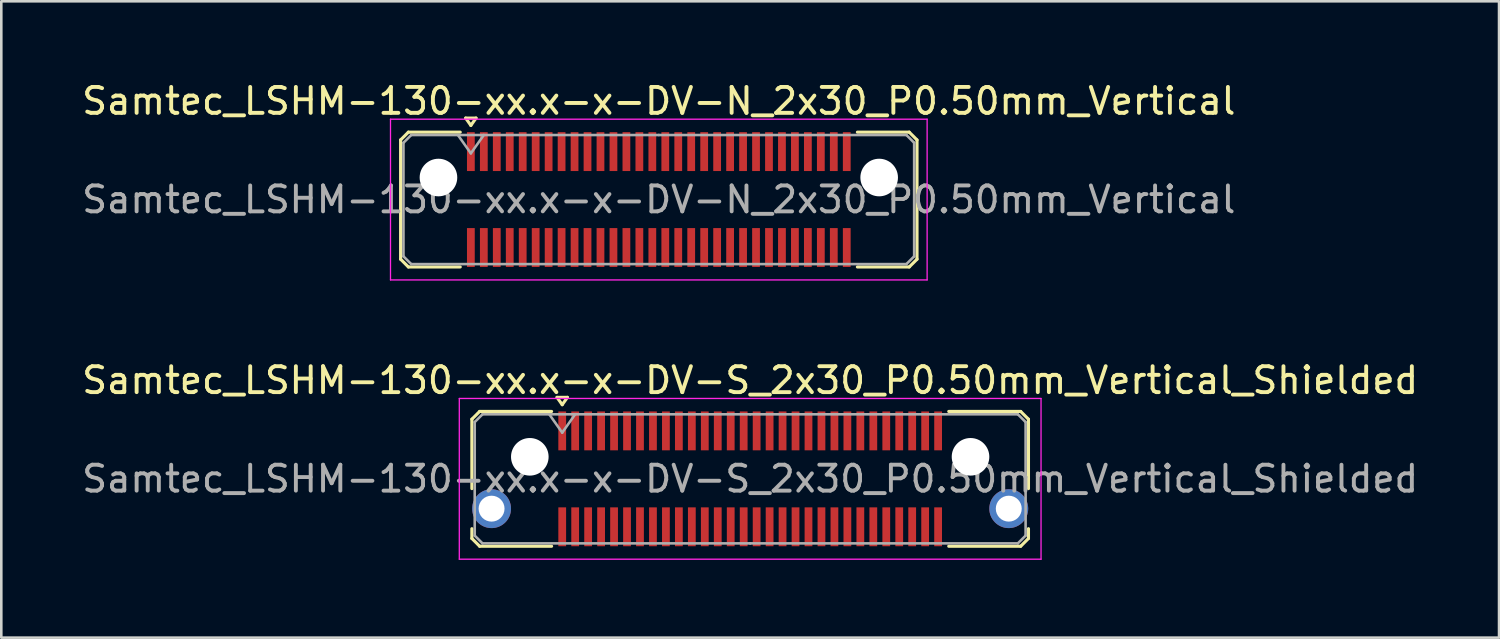
<source format=kicad_pcb>
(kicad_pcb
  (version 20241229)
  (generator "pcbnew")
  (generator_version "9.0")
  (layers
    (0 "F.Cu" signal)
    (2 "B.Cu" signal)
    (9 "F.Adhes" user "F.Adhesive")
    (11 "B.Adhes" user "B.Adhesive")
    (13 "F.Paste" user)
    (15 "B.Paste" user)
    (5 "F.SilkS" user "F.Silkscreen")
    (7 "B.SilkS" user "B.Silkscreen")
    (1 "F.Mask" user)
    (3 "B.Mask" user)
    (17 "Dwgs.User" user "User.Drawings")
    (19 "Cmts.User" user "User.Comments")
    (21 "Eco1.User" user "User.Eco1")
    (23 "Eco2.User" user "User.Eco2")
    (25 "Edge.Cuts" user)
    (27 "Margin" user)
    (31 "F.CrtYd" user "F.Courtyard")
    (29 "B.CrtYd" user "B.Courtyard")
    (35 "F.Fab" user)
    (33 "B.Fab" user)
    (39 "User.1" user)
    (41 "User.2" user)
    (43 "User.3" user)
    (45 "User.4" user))
  (footprint "Samtec_LSHM-130-xx.x-x-DV-N_2x30_P0.50mm_Vertical"
    (layer "F.Cu")
    (at 22.363 4.648)
    (property "Reference" "Samtec_LSHM-130-xx.x-x-DV-N_2x30_P0.50mm_Vertical" (at 0 -3.8 0) (layer "F.SilkS") (effects (font (size 1 1) (thickness 0.15))))
    (attr through_hole)
    (fp_line (start -9.96 -2.3) (end -9.96 2.3) (stroke (width 0.12) (type solid)) (layer "F.SilkS"))
    (fp_line (start -9.96 2.3) (end -9.66 2.6) (stroke (width 0.12) (type solid)) (layer "F.SilkS"))
    (fp_line (start -9.66 -2.6) (end -9.96 -2.3) (stroke (width 0.12) (type solid)) (layer "F.SilkS"))
    (fp_line (start -9.66 2.6) (end -7.66 2.6) (stroke (width 0.12) (type solid)) (layer "F.SilkS"))
    (fp_line (start -7.66 -2.6) (end -9.66 -2.6) (stroke (width 0.12) (type solid)) (layer "F.SilkS"))
    (fp_line (start -7.45 -3.143) (end -7.05 -3.143) (stroke (width 0.12) (type solid)) (layer "F.SilkS"))
    (fp_line (start -7.25 -2.86) (end -7.45 -3.143) (stroke (width 0.12) (type solid)) (layer "F.SilkS"))
    (fp_line (start -7.05 -3.143) (end -7.25 -2.86) (stroke (width 0.12) (type solid)) (layer "F.SilkS"))
    (fp_line (start 7.66 -2.6) (end 9.66 -2.6) (stroke (width 0.12) (type solid)) (layer "F.SilkS"))
    (fp_line (start 9.66 -2.6) (end 9.96 -2.3) (stroke (width 0.12) (type solid)) (layer "F.SilkS"))
    (fp_line (start 9.66 2.6) (end 7.66 2.6) (stroke (width 0.12) (type solid)) (layer "F.SilkS"))
    (fp_line (start 9.96 -2.3) (end 9.96 2.3) (stroke (width 0.12) (type solid)) (layer "F.SilkS"))
    (fp_line (start 9.96 2.3) (end 9.66 2.6) (stroke (width 0.12) (type solid)) (layer "F.SilkS"))
    (fp_line (start -10.35 -3.1) (end -10.35 3.1) (stroke (width 0.05) (type solid)) (layer "F.CrtYd"))
    (fp_line (start -10.35 3.1) (end 10.35 3.1) (stroke (width 0.05) (type solid)) (layer "F.CrtYd"))
    (fp_line (start 10.35 -3.1) (end -10.35 -3.1) (stroke (width 0.05) (type solid)) (layer "F.CrtYd"))
    (fp_line (start 10.35 3.1) (end 10.35 -3.1) (stroke (width 0.05) (type solid)) (layer "F.CrtYd"))
    (fp_line (start -9.85 -2.19) (end -9.85 2.19) (stroke (width 0.1) (type solid)) (layer "F.Fab"))
    (fp_line (start -9.85 2.19) (end -9.55 2.49) (stroke (width 0.1) (type solid)) (layer "F.Fab"))
    (fp_line (start -9.55 -2.49) (end -9.85 -2.19) (stroke (width 0.1) (type solid)) (layer "F.Fab"))
    (fp_line (start -9.55 2.49) (end 0 2.49) (stroke (width 0.1) (type solid)) (layer "F.Fab"))
    (fp_line (start -7.75 -2.49) (end -7.25 -1.783) (stroke (width 0.1) (type solid)) (layer "F.Fab"))
    (fp_line (start -7.25 -1.783) (end -6.75 -2.49) (stroke (width 0.1) (type solid)) (layer "F.Fab"))
    (fp_line (start 0 -2.49) (end -9.55 -2.49) (stroke (width 0.1) (type solid)) (layer "F.Fab"))
    (fp_line (start 0 -2.49) (end 9.55 -2.49) (stroke (width 0.1) (type solid)) (layer "F.Fab"))
    (fp_line (start 9.55 -2.49) (end 9.85 -2.19) (stroke (width 0.1) (type solid)) (layer "F.Fab"))
    (fp_line (start 9.55 2.49) (end 0 2.49) (stroke (width 0.1) (type solid)) (layer "F.Fab"))
    (fp_line (start 9.85 -2.19) (end 9.85 2.19) (stroke (width 0.1) (type solid)) (layer "F.Fab"))
    (fp_line (start 9.85 2.19) (end 9.55 2.49) (stroke (width 0.1) (type solid)) (layer "F.Fab"))
    (fp_text user "${REFERENCE}" (at 0 0 0) (layer "F.Fab") (effects (font (size 1 1) (thickness 0.15))))
    (pad "" np_thru_hole circle (at -8.5 -0.85) (size 1.45 1.45) (drill 1.45) (layers "*.Cu" "*.Mask"))
    (pad "" np_thru_hole circle (at 8.5 -0.85) (size 1.45 1.45) (drill 1.45) (layers "*.Cu" "*.Mask"))
    (pad "1" smd rect (at -7.25 -1.85) (size 0.3 1.5) (layers "F.Cu" "F.Mask" "F.Paste"))
    (pad "2" smd rect (at -7.25 1.85) (size 0.3 1.5) (layers "F.Cu" "F.Mask" "F.Paste"))
    (pad "3" smd rect (at -6.75 -1.85) (size 0.3 1.5) (layers "F.Cu" "F.Mask" "F.Paste"))
    (pad "4" smd rect (at -6.75 1.85) (size 0.3 1.5) (layers "F.Cu" "F.Mask" "F.Paste"))
    (pad "5" smd rect (at -6.25 -1.85) (size 0.3 1.5) (layers "F.Cu" "F.Mask" "F.Paste"))
    (pad "6" smd rect (at -6.25 1.85) (size 0.3 1.5) (layers "F.Cu" "F.Mask" "F.Paste"))
    (pad "7" smd rect (at -5.75 -1.85) (size 0.3 1.5) (layers "F.Cu" "F.Mask" "F.Paste"))
    (pad "8" smd rect (at -5.75 1.85) (size 0.3 1.5) (layers "F.Cu" "F.Mask" "F.Paste"))
    (pad "9" smd rect (at -5.25 -1.85) (size 0.3 1.5) (layers "F.Cu" "F.Mask" "F.Paste"))
    (pad "10" smd rect (at -5.25 1.85) (size 0.3 1.5) (layers "F.Cu" "F.Mask" "F.Paste"))
    (pad "11" smd rect (at -4.75 -1.85) (size 0.3 1.5) (layers "F.Cu" "F.Mask" "F.Paste"))
    (pad "12" smd rect (at -4.75 1.85) (size 0.3 1.5) (layers "F.Cu" "F.Mask" "F.Paste"))
    (pad "13" smd rect (at -4.25 -1.85) (size 0.3 1.5) (layers "F.Cu" "F.Mask" "F.Paste"))
    (pad "14" smd rect (at -4.25 1.85) (size 0.3 1.5) (layers "F.Cu" "F.Mask" "F.Paste"))
    (pad "15" smd rect (at -3.75 -1.85) (size 0.3 1.5) (layers "F.Cu" "F.Mask" "F.Paste"))
    (pad "16" smd rect (at -3.75 1.85) (size 0.3 1.5) (layers "F.Cu" "F.Mask" "F.Paste"))
    (pad "17" smd rect (at -3.25 -1.85) (size 0.3 1.5) (layers "F.Cu" "F.Mask" "F.Paste"))
    (pad "18" smd rect (at -3.25 1.85) (size 0.3 1.5) (layers "F.Cu" "F.Mask" "F.Paste"))
    (pad "19" smd rect (at -2.75 -1.85) (size 0.3 1.5) (layers "F.Cu" "F.Mask" "F.Paste"))
    (pad "20" smd rect (at -2.75 1.85) (size 0.3 1.5) (layers "F.Cu" "F.Mask" "F.Paste"))
    (pad "21" smd rect (at -2.25 -1.85) (size 0.3 1.5) (layers "F.Cu" "F.Mask" "F.Paste"))
    (pad "22" smd rect (at -2.25 1.85) (size 0.3 1.5) (layers "F.Cu" "F.Mask" "F.Paste"))
    (pad "23" smd rect (at -1.75 -1.85) (size 0.3 1.5) (layers "F.Cu" "F.Mask" "F.Paste"))
    (pad "24" smd rect (at -1.75 1.85) (size 0.3 1.5) (layers "F.Cu" "F.Mask" "F.Paste"))
    (pad "25" smd rect (at -1.25 -1.85) (size 0.3 1.5) (layers "F.Cu" "F.Mask" "F.Paste"))
    (pad "26" smd rect (at -1.25 1.85) (size 0.3 1.5) (layers "F.Cu" "F.Mask" "F.Paste"))
    (pad "27" smd rect (at -0.75 -1.85) (size 0.3 1.5) (layers "F.Cu" "F.Mask" "F.Paste"))
    (pad "28" smd rect (at -0.75 1.85) (size 0.3 1.5) (layers "F.Cu" "F.Mask" "F.Paste"))
    (pad "29" smd rect (at -0.25 -1.85) (size 0.3 1.5) (layers "F.Cu" "F.Mask" "F.Paste"))
    (pad "30" smd rect (at -0.25 1.85) (size 0.3 1.5) (layers "F.Cu" "F.Mask" "F.Paste"))
    (pad "31" smd rect (at 0.25 -1.85) (size 0.3 1.5) (layers "F.Cu" "F.Mask" "F.Paste"))
    (pad "32" smd rect (at 0.25 1.85) (size 0.3 1.5) (layers "F.Cu" "F.Mask" "F.Paste"))
    (pad "33" smd rect (at 0.75 -1.85) (size 0.3 1.5) (layers "F.Cu" "F.Mask" "F.Paste"))
    (pad "34" smd rect (at 0.75 1.85) (size 0.3 1.5) (layers "F.Cu" "F.Mask" "F.Paste"))
    (pad "35" smd rect (at 1.25 -1.85) (size 0.3 1.5) (layers "F.Cu" "F.Mask" "F.Paste"))
    (pad "36" smd rect (at 1.25 1.85) (size 0.3 1.5) (layers "F.Cu" "F.Mask" "F.Paste"))
    (pad "37" smd rect (at 1.75 -1.85) (size 0.3 1.5) (layers "F.Cu" "F.Mask" "F.Paste"))
    (pad "38" smd rect (at 1.75 1.85) (size 0.3 1.5) (layers "F.Cu" "F.Mask" "F.Paste"))
    (pad "39" smd rect (at 2.25 -1.85) (size 0.3 1.5) (layers "F.Cu" "F.Mask" "F.Paste"))
    (pad "40" smd rect (at 2.25 1.85) (size 0.3 1.5) (layers "F.Cu" "F.Mask" "F.Paste"))
    (pad "41" smd rect (at 2.75 -1.85) (size 0.3 1.5) (layers "F.Cu" "F.Mask" "F.Paste"))
    (pad "42" smd rect (at 2.75 1.85) (size 0.3 1.5) (layers "F.Cu" "F.Mask" "F.Paste"))
    (pad "43" smd rect (at 3.25 -1.85) (size 0.3 1.5) (layers "F.Cu" "F.Mask" "F.Paste"))
    (pad "44" smd rect (at 3.25 1.85) (size 0.3 1.5) (layers "F.Cu" "F.Mask" "F.Paste"))
    (pad "45" smd rect (at 3.75 -1.85) (size 0.3 1.5) (layers "F.Cu" "F.Mask" "F.Paste"))
    (pad "46" smd rect (at 3.75 1.85) (size 0.3 1.5) (layers "F.Cu" "F.Mask" "F.Paste"))
    (pad "47" smd rect (at 4.25 -1.85) (size 0.3 1.5) (layers "F.Cu" "F.Mask" "F.Paste"))
    (pad "48" smd rect (at 4.25 1.85) (size 0.3 1.5) (layers "F.Cu" "F.Mask" "F.Paste"))
    (pad "49" smd rect (at 4.75 -1.85) (size 0.3 1.5) (layers "F.Cu" "F.Mask" "F.Paste"))
    (pad "50" smd rect (at 4.75 1.85) (size 0.3 1.5) (layers "F.Cu" "F.Mask" "F.Paste"))
    (pad "51" smd rect (at 5.25 -1.85) (size 0.3 1.5) (layers "F.Cu" "F.Mask" "F.Paste"))
    (pad "52" smd rect (at 5.25 1.85) (size 0.3 1.5) (layers "F.Cu" "F.Mask" "F.Paste"))
    (pad "53" smd rect (at 5.75 -1.85) (size 0.3 1.5) (layers "F.Cu" "F.Mask" "F.Paste"))
    (pad "54" smd rect (at 5.75 1.85) (size 0.3 1.5) (layers "F.Cu" "F.Mask" "F.Paste"))
    (pad "55" smd rect (at 6.25 -1.85) (size 0.3 1.5) (layers "F.Cu" "F.Mask" "F.Paste"))
    (pad "56" smd rect (at 6.25 1.85) (size 0.3 1.5) (layers "F.Cu" "F.Mask" "F.Paste"))
    (pad "57" smd rect (at 6.75 -1.85) (size 0.3 1.5) (layers "F.Cu" "F.Mask" "F.Paste"))
    (pad "58" smd rect (at 6.75 1.85) (size 0.3 1.5) (layers "F.Cu" "F.Mask" "F.Paste"))
    (pad "59" smd rect (at 7.25 -1.85) (size 0.3 1.5) (layers "F.Cu" "F.Mask" "F.Paste"))
    (pad "60" smd rect (at 7.25 1.85) (size 0.3 1.5) (layers "F.Cu" "F.Mask" "F.Paste")))
  (footprint "Samtec_LSHM-130-xx.x-x-DV-S_2x30_P0.50mm_Vertical_Shielded"
    (layer "F.Cu")
    (at 25.887 15.421)
    (property "Reference" "Samtec_LSHM-130-xx.x-x-DV-S_2x30_P0.50mm_Vertical_Shielded" (at 0 -3.8 0) (layer "F.SilkS") (effects (font (size 1 1) (thickness 0.15))))
    (attr smd)
    (fp_line (start -10.735 -2.3) (end -10.735 0.377) (stroke (width 0.12) (type solid)) (layer "F.SilkS"))
    (fp_line (start -10.735 1.923) (end -10.735 2.3) (stroke (width 0.12) (type solid)) (layer "F.SilkS"))
    (fp_line (start -10.735 2.3) (end -10.435 2.6) (stroke (width 0.12) (type solid)) (layer "F.SilkS"))
    (fp_line (start -10.435 -2.6) (end -10.735 -2.3) (stroke (width 0.12) (type solid)) (layer "F.SilkS"))
    (fp_line (start -10.435 2.6) (end -7.66 2.6) (stroke (width 0.12) (type solid)) (layer "F.SilkS"))
    (fp_line (start -7.66 -2.6) (end -10.435 -2.6) (stroke (width 0.12) (type solid)) (layer "F.SilkS"))
    (fp_line (start -7.45 -3.143) (end -7.05 -3.143) (stroke (width 0.12) (type solid)) (layer "F.SilkS"))
    (fp_line (start -7.25 -2.86) (end -7.45 -3.143) (stroke (width 0.12) (type solid)) (layer "F.SilkS"))
    (fp_line (start -7.05 -3.143) (end -7.25 -2.86) (stroke (width 0.12) (type solid)) (layer "F.SilkS"))
    (fp_line (start 7.66 -2.6) (end 10.435 -2.6) (stroke (width 0.12) (type solid)) (layer "F.SilkS"))
    (fp_line (start 10.435 -2.6) (end 10.735 -2.3) (stroke (width 0.12) (type solid)) (layer "F.SilkS"))
    (fp_line (start 10.435 2.6) (end 7.66 2.6) (stroke (width 0.12) (type solid)) (layer "F.SilkS"))
    (fp_line (start 10.735 -2.3) (end 10.735 0.377) (stroke (width 0.12) (type solid)) (layer "F.SilkS"))
    (fp_line (start 10.735 1.923) (end 10.735 2.3) (stroke (width 0.12) (type solid)) (layer "F.SilkS"))
    (fp_line (start 10.735 2.3) (end 10.435 2.6) (stroke (width 0.12) (type solid)) (layer "F.SilkS"))
    (fp_line (start -11.22 -3.1) (end -11.22 3.1) (stroke (width 0.05) (type solid)) (layer "F.CrtYd"))
    (fp_line (start -11.22 3.1) (end 11.22 3.1) (stroke (width 0.05) (type solid)) (layer "F.CrtYd"))
    (fp_line (start 11.22 -3.1) (end -11.22 -3.1) (stroke (width 0.05) (type solid)) (layer "F.CrtYd"))
    (fp_line (start 11.22 3.1) (end 11.22 -3.1) (stroke (width 0.05) (type solid)) (layer "F.CrtYd"))
    (fp_line (start -10.625 -2.19) (end -10.625 2.19) (stroke (width 0.1) (type solid)) (layer "F.Fab"))
    (fp_line (start -10.625 2.19) (end -10.325 2.49) (stroke (width 0.1) (type solid)) (layer "F.Fab"))
    (fp_line (start -10.325 -2.49) (end -10.625 -2.19) (stroke (width 0.1) (type solid)) (layer "F.Fab"))
    (fp_line (start -10.325 2.49) (end 0 2.49) (stroke (width 0.1) (type solid)) (layer "F.Fab"))
    (fp_line (start -7.75 -2.49) (end -7.25 -1.783) (stroke (width 0.1) (type solid)) (layer "F.Fab"))
    (fp_line (start -7.25 -1.783) (end -6.75 -2.49) (stroke (width 0.1) (type solid)) (layer "F.Fab"))
    (fp_line (start 0 -2.49) (end -10.325 -2.49) (stroke (width 0.1) (type solid)) (layer "F.Fab"))
    (fp_line (start 0 -2.49) (end 10.325 -2.49) (stroke (width 0.1) (type solid)) (layer "F.Fab"))
    (fp_line (start 10.325 -2.49) (end 10.625 -2.19) (stroke (width 0.1) (type solid)) (layer "F.Fab"))
    (fp_line (start 10.325 2.49) (end 0 2.49) (stroke (width 0.1) (type solid)) (layer "F.Fab"))
    (fp_line (start 10.625 -2.19) (end 10.625 2.19) (stroke (width 0.1) (type solid)) (layer "F.Fab"))
    (fp_line (start 10.625 2.19) (end 10.325 2.49) (stroke (width 0.1) (type solid)) (layer "F.Fab"))
    (fp_text user "${REFERENCE}" (at 0 0 0) (layer "F.Fab") (effects (font (size 1 1) (thickness 0.15))))
    (pad "" np_thru_hole circle (at -8.5 -0.85) (size 1.45 1.45) (drill 1.45) (layers "*.Cu" "*.Mask"))
    (pad "" np_thru_hole circle (at 8.5 -0.85) (size 1.45 1.45) (drill 1.45) (layers "*.Cu" "*.Mask"))
    (pad "0" thru_hole circle (at -9.975 1.15) (size 1.5 1.5) (drill 1) (layers "*.Cu" "*.Mask"))
    (pad "0" thru_hole circle (at 9.975 1.15) (size 1.5 1.5) (drill 1) (layers "*.Cu" "*.Mask"))
    (pad "1" smd rect (at -7.25 -1.85) (size 0.3 1.5) (layers "F.Cu" "F.Mask" "F.Paste"))
    (pad "2" smd rect (at -7.25 1.85) (size 0.3 1.5) (layers "F.Cu" "F.Mask" "F.Paste"))
    (pad "3" smd rect (at -6.75 -1.85) (size 0.3 1.5) (layers "F.Cu" "F.Mask" "F.Paste"))
    (pad "4" smd rect (at -6.75 1.85) (size 0.3 1.5) (layers "F.Cu" "F.Mask" "F.Paste"))
    (pad "5" smd rect (at -6.25 -1.85) (size 0.3 1.5) (layers "F.Cu" "F.Mask" "F.Paste"))
    (pad "6" smd rect (at -6.25 1.85) (size 0.3 1.5) (layers "F.Cu" "F.Mask" "F.Paste"))
    (pad "7" smd rect (at -5.75 -1.85) (size 0.3 1.5) (layers "F.Cu" "F.Mask" "F.Paste"))
    (pad "8" smd rect (at -5.75 1.85) (size 0.3 1.5) (layers "F.Cu" "F.Mask" "F.Paste"))
    (pad "9" smd rect (at -5.25 -1.85) (size 0.3 1.5) (layers "F.Cu" "F.Mask" "F.Paste"))
    (pad "10" smd rect (at -5.25 1.85) (size 0.3 1.5) (layers "F.Cu" "F.Mask" "F.Paste"))
    (pad "11" smd rect (at -4.75 -1.85) (size 0.3 1.5) (layers "F.Cu" "F.Mask" "F.Paste"))
    (pad "12" smd rect (at -4.75 1.85) (size 0.3 1.5) (layers "F.Cu" "F.Mask" "F.Paste"))
    (pad "13" smd rect (at -4.25 -1.85) (size 0.3 1.5) (layers "F.Cu" "F.Mask" "F.Paste"))
    (pad "14" smd rect (at -4.25 1.85) (size 0.3 1.5) (layers "F.Cu" "F.Mask" "F.Paste"))
    (pad "15" smd rect (at -3.75 -1.85) (size 0.3 1.5) (layers "F.Cu" "F.Mask" "F.Paste"))
    (pad "16" smd rect (at -3.75 1.85) (size 0.3 1.5) (layers "F.Cu" "F.Mask" "F.Paste"))
    (pad "17" smd rect (at -3.25 -1.85) (size 0.3 1.5) (layers "F.Cu" "F.Mask" "F.Paste"))
    (pad "18" smd rect (at -3.25 1.85) (size 0.3 1.5) (layers "F.Cu" "F.Mask" "F.Paste"))
    (pad "19" smd rect (at -2.75 -1.85) (size 0.3 1.5) (layers "F.Cu" "F.Mask" "F.Paste"))
    (pad "20" smd rect (at -2.75 1.85) (size 0.3 1.5) (layers "F.Cu" "F.Mask" "F.Paste"))
    (pad "21" smd rect (at -2.25 -1.85) (size 0.3 1.5) (layers "F.Cu" "F.Mask" "F.Paste"))
    (pad "22" smd rect (at -2.25 1.85) (size 0.3 1.5) (layers "F.Cu" "F.Mask" "F.Paste"))
    (pad "23" smd rect (at -1.75 -1.85) (size 0.3 1.5) (layers "F.Cu" "F.Mask" "F.Paste"))
    (pad "24" smd rect (at -1.75 1.85) (size 0.3 1.5) (layers "F.Cu" "F.Mask" "F.Paste"))
    (pad "25" smd rect (at -1.25 -1.85) (size 0.3 1.5) (layers "F.Cu" "F.Mask" "F.Paste"))
    (pad "26" smd rect (at -1.25 1.85) (size 0.3 1.5) (layers "F.Cu" "F.Mask" "F.Paste"))
    (pad "27" smd rect (at -0.75 -1.85) (size 0.3 1.5) (layers "F.Cu" "F.Mask" "F.Paste"))
    (pad "28" smd rect (at -0.75 1.85) (size 0.3 1.5) (layers "F.Cu" "F.Mask" "F.Paste"))
    (pad "29" smd rect (at -0.25 -1.85) (size 0.3 1.5) (layers "F.Cu" "F.Mask" "F.Paste"))
    (pad "30" smd rect (at -0.25 1.85) (size 0.3 1.5) (layers "F.Cu" "F.Mask" "F.Paste"))
    (pad "31" smd rect (at 0.25 -1.85) (size 0.3 1.5) (layers "F.Cu" "F.Mask" "F.Paste"))
    (pad "32" smd rect (at 0.25 1.85) (size 0.3 1.5) (layers "F.Cu" "F.Mask" "F.Paste"))
    (pad "33" smd rect (at 0.75 -1.85) (size 0.3 1.5) (layers "F.Cu" "F.Mask" "F.Paste"))
    (pad "34" smd rect (at 0.75 1.85) (size 0.3 1.5) (layers "F.Cu" "F.Mask" "F.Paste"))
    (pad "35" smd rect (at 1.25 -1.85) (size 0.3 1.5) (layers "F.Cu" "F.Mask" "F.Paste"))
    (pad "36" smd rect (at 1.25 1.85) (size 0.3 1.5) (layers "F.Cu" "F.Mask" "F.Paste"))
    (pad "37" smd rect (at 1.75 -1.85) (size 0.3 1.5) (layers "F.Cu" "F.Mask" "F.Paste"))
    (pad "38" smd rect (at 1.75 1.85) (size 0.3 1.5) (layers "F.Cu" "F.Mask" "F.Paste"))
    (pad "39" smd rect (at 2.25 -1.85) (size 0.3 1.5) (layers "F.Cu" "F.Mask" "F.Paste"))
    (pad "40" smd rect (at 2.25 1.85) (size 0.3 1.5) (layers "F.Cu" "F.Mask" "F.Paste"))
    (pad "41" smd rect (at 2.75 -1.85) (size 0.3 1.5) (layers "F.Cu" "F.Mask" "F.Paste"))
    (pad "42" smd rect (at 2.75 1.85) (size 0.3 1.5) (layers "F.Cu" "F.Mask" "F.Paste"))
    (pad "43" smd rect (at 3.25 -1.85) (size 0.3 1.5) (layers "F.Cu" "F.Mask" "F.Paste"))
    (pad "44" smd rect (at 3.25 1.85) (size 0.3 1.5) (layers "F.Cu" "F.Mask" "F.Paste"))
    (pad "45" smd rect (at 3.75 -1.85) (size 0.3 1.5) (layers "F.Cu" "F.Mask" "F.Paste"))
    (pad "46" smd rect (at 3.75 1.85) (size 0.3 1.5) (layers "F.Cu" "F.Mask" "F.Paste"))
    (pad "47" smd rect (at 4.25 -1.85) (size 0.3 1.5) (layers "F.Cu" "F.Mask" "F.Paste"))
    (pad "48" smd rect (at 4.25 1.85) (size 0.3 1.5) (layers "F.Cu" "F.Mask" "F.Paste"))
    (pad "49" smd rect (at 4.75 -1.85) (size 0.3 1.5) (layers "F.Cu" "F.Mask" "F.Paste"))
    (pad "50" smd rect (at 4.75 1.85) (size 0.3 1.5) (layers "F.Cu" "F.Mask" "F.Paste"))
    (pad "51" smd rect (at 5.25 -1.85) (size 0.3 1.5) (layers "F.Cu" "F.Mask" "F.Paste"))
    (pad "52" smd rect (at 5.25 1.85) (size 0.3 1.5) (layers "F.Cu" "F.Mask" "F.Paste"))
    (pad "53" smd rect (at 5.75 -1.85) (size 0.3 1.5) (layers "F.Cu" "F.Mask" "F.Paste"))
    (pad "54" smd rect (at 5.75 1.85) (size 0.3 1.5) (layers "F.Cu" "F.Mask" "F.Paste"))
    (pad "55" smd rect (at 6.25 -1.85) (size 0.3 1.5) (layers "F.Cu" "F.Mask" "F.Paste"))
    (pad "56" smd rect (at 6.25 1.85) (size 0.3 1.5) (layers "F.Cu" "F.Mask" "F.Paste"))
    (pad "57" smd rect (at 6.75 -1.85) (size 0.3 1.5) (layers "F.Cu" "F.Mask" "F.Paste"))
    (pad "58" smd rect (at 6.75 1.85) (size 0.3 1.5) (layers "F.Cu" "F.Mask" "F.Paste"))
    (pad "59" smd rect (at 7.25 -1.85) (size 0.3 1.5) (layers "F.Cu" "F.Mask" "F.Paste"))
    (pad "60" smd rect (at 7.25 1.85) (size 0.3 1.5) (layers "F.Cu" "F.Mask" "F.Paste")))
  (gr_rect
    (start -3 -3)
    (end 54.774 21.547)
    (stroke (width 0.1) (type default))
    (fill no)
    (layer "Edge.Cuts")))
</source>
